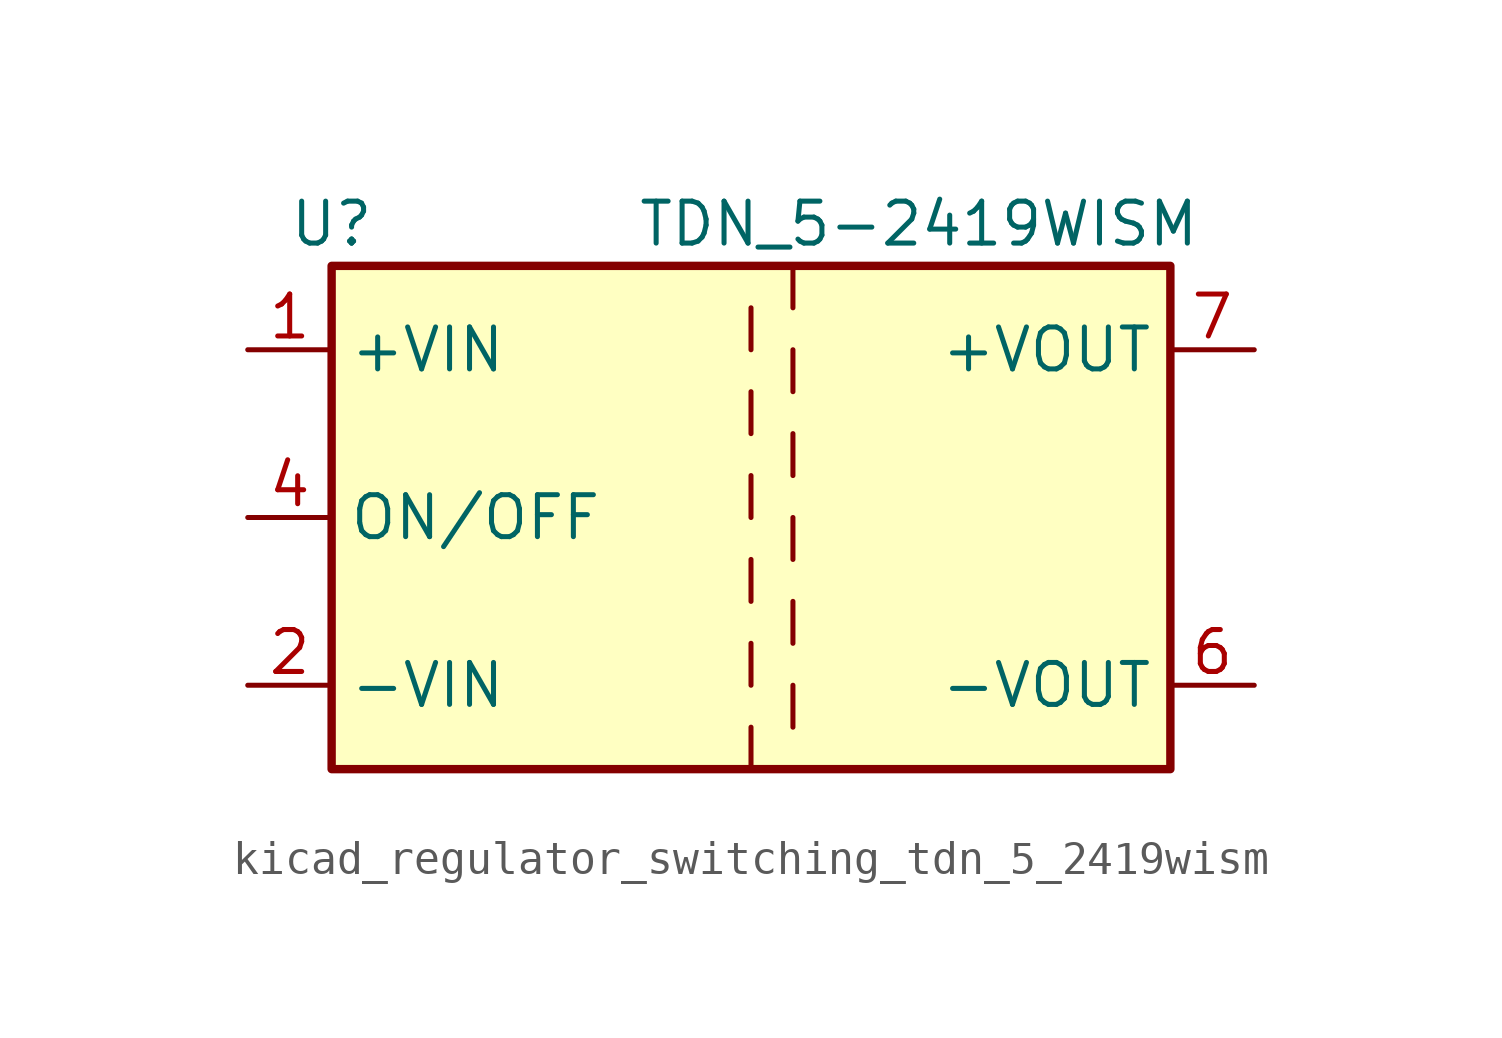
<source format=kicad_sym>
(kicad_symbol_lib
  (version 20220914)
  (generator kicad_symbol_editor)
  (symbol "kicad_regulator_switching_tdn_5_2419wism"
    (property "Reference" "U"
      (at -12.7 8.89 0)
      (effects (font (size 1.27 1.27))))
    (property "Value" "TDN_5-2419WISM"
      (at 5.08 8.89 0)
      (effects (font (size 1.27 1.27))))
    (symbol "kicad_regulator_switching_tdn_5_2419wism_0_1"
      (rectangle (start -12.7 7.62) (end 12.7 -7.62) (stroke (width 0.254) (type default)) (fill (type background))))
    (symbol "kicad_regulator_switching_tdn_5_2419wism_1_1"
      (polyline (pts (xy 0 -6.35) (xy 0 -7.62)) (stroke (width 0) (type default)) (fill (type none)))
      (polyline (pts (xy 0 -3.81) (xy 0 -5.08)) (stroke (width 0) (type default)) (fill (type none)))
      (polyline (pts (xy 0 -1.27) (xy 0 -2.54)) (stroke (width 0) (type default)) (fill (type none)))
      (polyline (pts (xy 0 1.27) (xy 0 0)) (stroke (width 0) (type default)) (fill (type none)))
      (polyline (pts (xy 0 3.81) (xy 0 2.54)) (stroke (width 0) (type default)) (fill (type none)))
      (polyline (pts (xy 0 6.35) (xy 0 5.08)) (stroke (width 0) (type default)) (fill (type none)))
      (polyline (pts (xy 1.27 -5.08) (xy 1.27 -6.35)) (stroke (width 0) (type default)) (fill (type none)))
      (polyline (pts (xy 1.27 -2.54) (xy 1.27 -3.81)) (stroke (width 0) (type default)) (fill (type none)))
      (polyline (pts (xy 1.27 0) (xy 1.27 -1.27)) (stroke (width 0) (type default)) (fill (type none)))
      (polyline (pts (xy 1.27 2.54) (xy 1.27 1.27)) (stroke (width 0) (type default)) (fill (type none)))
      (polyline (pts (xy 1.27 5.08) (xy 1.27 3.81)) (stroke (width 0) (type default)) (fill (type none)))
      (polyline (pts (xy 1.27 7.62) (xy 1.27 6.35)) (stroke (width 0) (type default)) (fill (type none)))
      (pin power_in line (at -15.24 5.08 0) (length 2.54) (name "+VIN" (effects (font (size 1.27 1.27)))) (number "1" (effects (font (size 1.27 1.27)))))
      (pin power_in line (at -15.24 -5.08 0) (length 2.54) (name "-VIN" (effects (font (size 1.27 1.27)))) (number "2" (effects (font (size 1.27 1.27)))))
      (pin input line (at -15.24 0 0) (length 2.54) (name "ON/OFF" (effects (font (size 1.27 1.27)))) (number "4" (effects (font (size 1.27 1.27)))))
      (pin no_connect line (at 12.7 2.54 180) (length 2.54) hide (name "NC" (effects (font (size 1.27 1.27)))) (number "5" (effects (font (size 1.27 1.27)))))
      (pin power_out line (at 15.24 -5.08 180) (length 2.54) (name "-VOUT" (effects (font (size 1.27 1.27)))) (number "6" (effects (font (size 1.27 1.27)))))
      (pin power_out line (at 15.24 5.08 180) (length 2.54) (name "+VOUT" (effects (font (size 1.27 1.27)))) (number "7" (effects (font (size 1.27 1.27))))))))
</source>
